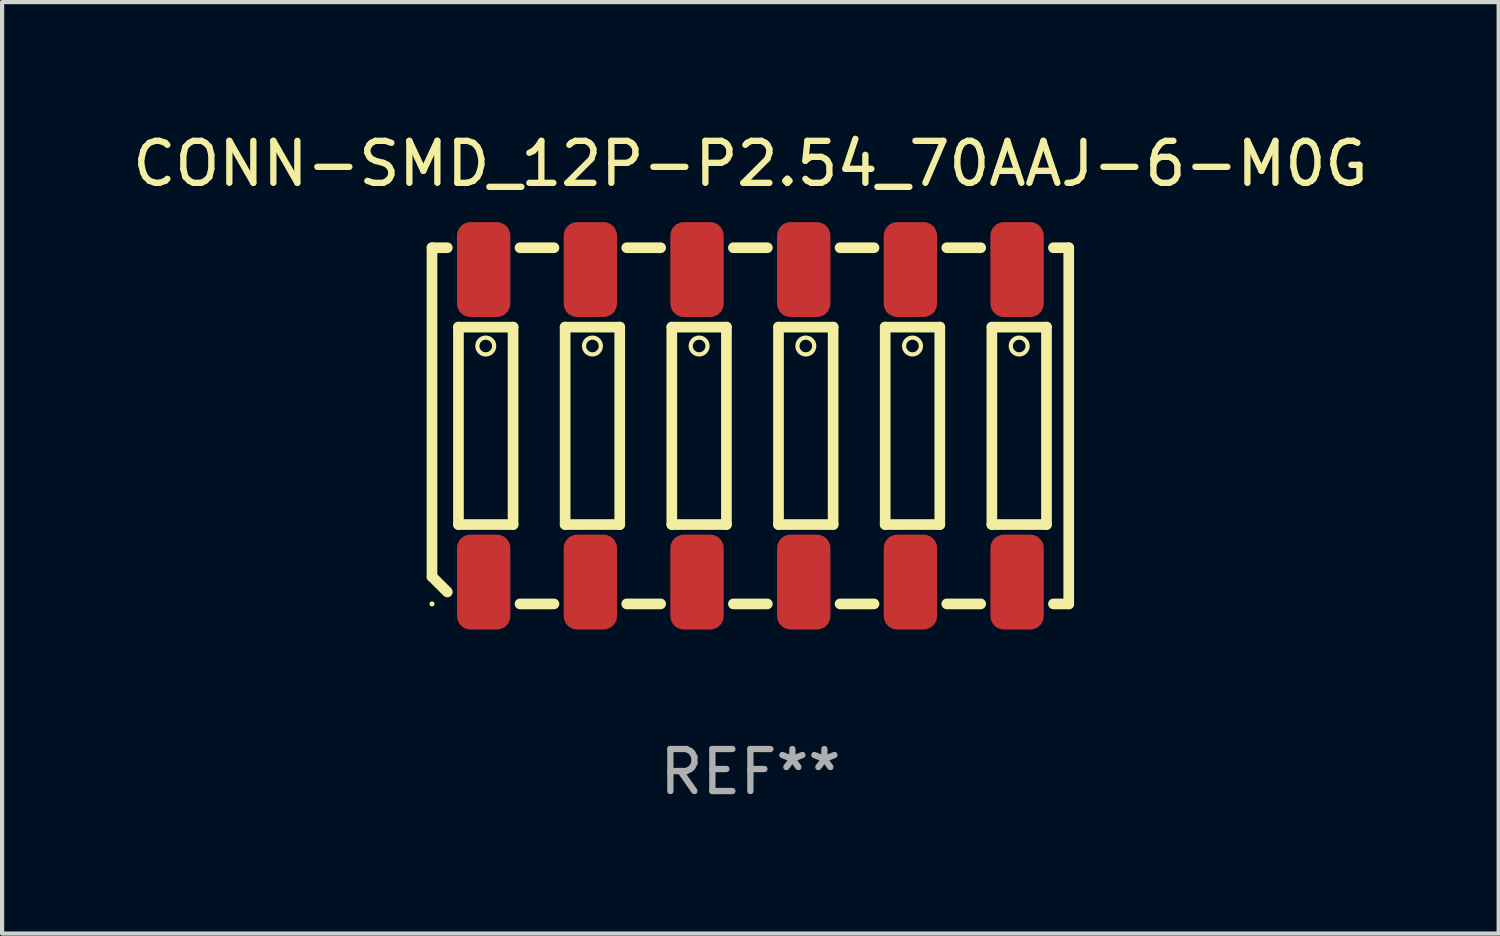
<source format=kicad_pcb>
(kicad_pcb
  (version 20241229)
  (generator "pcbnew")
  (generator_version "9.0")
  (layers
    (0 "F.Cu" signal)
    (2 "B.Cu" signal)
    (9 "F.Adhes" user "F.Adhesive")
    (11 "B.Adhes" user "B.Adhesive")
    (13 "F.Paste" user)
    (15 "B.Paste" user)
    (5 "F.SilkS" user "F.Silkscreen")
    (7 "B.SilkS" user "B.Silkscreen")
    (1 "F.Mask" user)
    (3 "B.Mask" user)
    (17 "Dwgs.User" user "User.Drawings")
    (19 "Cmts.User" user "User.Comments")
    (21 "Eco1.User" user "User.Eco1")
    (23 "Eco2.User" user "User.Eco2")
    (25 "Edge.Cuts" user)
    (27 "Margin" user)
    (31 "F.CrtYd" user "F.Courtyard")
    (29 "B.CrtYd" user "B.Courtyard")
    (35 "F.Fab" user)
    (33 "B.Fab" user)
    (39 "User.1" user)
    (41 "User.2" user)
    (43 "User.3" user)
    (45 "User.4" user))
  (footprint "CONN-SMD_12P-P2.54_70AAJ-6-M0G"
    (layer "F.Cu")
    (at 14.815 7.088)
    (property "Reference" "CONN-SMD_12P-P2.54_70AAJ-6-M0G" (at 0 -6.24 0) (layer "F.SilkS") (effects (font (size 1 1) (thickness 0.15))))
    (attr smd)
    (fp_line (start -7.58 -4.24) (end -7.216 -4.24) (stroke (width 0.254) (type solid)) (layer "F.SilkS"))
    (fp_line (start -7.58 3.59) (end -7.58 -4.24) (stroke (width 0.254) (type solid)) (layer "F.SilkS"))
    (fp_line (start -7.215 3.955) (end -7.58 3.59) (stroke (width 0.254) (type solid)) (layer "F.SilkS"))
    (fp_line (start -6.95 -2.35) (end -6.95 2.35) (stroke (width 0.254) (type solid)) (layer "F.SilkS"))
    (fp_line (start -6.95 2.35) (end -5.65 2.35) (stroke (width 0.254) (type solid)) (layer "F.SilkS"))
    (fp_line (start -5.65 -2.35) (end -6.95 -2.35) (stroke (width 0.254) (type solid)) (layer "F.SilkS"))
    (fp_line (start -5.65 2.35) (end -5.65 -2.35) (stroke (width 0.254) (type solid)) (layer "F.SilkS"))
    (fp_line (start -5.484 -4.24) (end -4.676 -4.24) (stroke (width 0.254) (type solid)) (layer "F.SilkS"))
    (fp_line (start -4.676 4.24) (end -5.484 4.24) (stroke (width 0.254) (type solid)) (layer "F.SilkS"))
    (fp_line (start -4.41 -2.35) (end -4.41 2.35) (stroke (width 0.254) (type solid)) (layer "F.SilkS"))
    (fp_line (start -4.41 2.35) (end -3.11 2.35) (stroke (width 0.254) (type solid)) (layer "F.SilkS"))
    (fp_line (start -3.11 -2.35) (end -4.41 -2.35) (stroke (width 0.254) (type solid)) (layer "F.SilkS"))
    (fp_line (start -3.11 2.35) (end -3.11 -2.35) (stroke (width 0.254) (type solid)) (layer "F.SilkS"))
    (fp_line (start -2.944 -4.24) (end -2.136 -4.24) (stroke (width 0.254) (type solid)) (layer "F.SilkS"))
    (fp_line (start -2.136 4.24) (end -2.944 4.24) (stroke (width 0.254) (type solid)) (layer "F.SilkS"))
    (fp_line (start -1.87 -2.35) (end -1.87 2.35) (stroke (width 0.254) (type solid)) (layer "F.SilkS"))
    (fp_line (start -1.87 2.35) (end -0.57 2.35) (stroke (width 0.254) (type solid)) (layer "F.SilkS"))
    (fp_line (start -0.57 -2.35) (end -1.87 -2.35) (stroke (width 0.254) (type solid)) (layer "F.SilkS"))
    (fp_line (start -0.57 2.35) (end -0.57 -2.35) (stroke (width 0.254) (type solid)) (layer "F.SilkS"))
    (fp_line (start -0.404 -4.24) (end 0.404 -4.24) (stroke (width 0.254) (type solid)) (layer "F.SilkS"))
    (fp_line (start 0.404 4.24) (end -0.404 4.24) (stroke (width 0.254) (type solid)) (layer "F.SilkS"))
    (fp_line (start 0.67 -2.35) (end 0.67 2.35) (stroke (width 0.254) (type solid)) (layer "F.SilkS"))
    (fp_line (start 0.67 2.35) (end 1.97 2.35) (stroke (width 0.254) (type solid)) (layer "F.SilkS"))
    (fp_line (start 1.97 -2.35) (end 0.67 -2.35) (stroke (width 0.254) (type solid)) (layer "F.SilkS"))
    (fp_line (start 1.97 2.35) (end 1.97 -2.35) (stroke (width 0.254) (type solid)) (layer "F.SilkS"))
    (fp_line (start 2.136 -4.24) (end 2.944 -4.24) (stroke (width 0.254) (type solid)) (layer "F.SilkS"))
    (fp_line (start 2.944 4.24) (end 2.136 4.24) (stroke (width 0.254) (type solid)) (layer "F.SilkS"))
    (fp_line (start 3.21 -2.35) (end 3.21 2.35) (stroke (width 0.254) (type solid)) (layer "F.SilkS"))
    (fp_line (start 3.21 2.35) (end 4.51 2.35) (stroke (width 0.254) (type solid)) (layer "F.SilkS"))
    (fp_line (start 4.51 -2.35) (end 3.21 -2.35) (stroke (width 0.254) (type solid)) (layer "F.SilkS"))
    (fp_line (start 4.51 2.35) (end 4.51 -2.35) (stroke (width 0.254) (type solid)) (layer "F.SilkS"))
    (fp_line (start 4.676 -4.24) (end 5.484 -4.24) (stroke (width 0.254) (type solid)) (layer "F.SilkS"))
    (fp_line (start 5.484 4.24) (end 4.676 4.24) (stroke (width 0.254) (type solid)) (layer "F.SilkS"))
    (fp_line (start 5.75 -2.35) (end 5.75 2.35) (stroke (width 0.254) (type solid)) (layer "F.SilkS"))
    (fp_line (start 5.75 2.35) (end 7.05 2.35) (stroke (width 0.254) (type solid)) (layer "F.SilkS"))
    (fp_line (start 7.05 -2.35) (end 5.75 -2.35) (stroke (width 0.254) (type solid)) (layer "F.SilkS"))
    (fp_line (start 7.05 2.35) (end 7.05 -2.35) (stroke (width 0.254) (type solid)) (layer "F.SilkS"))
    (fp_line (start 7.216 -4.24) (end 7.58 -4.24) (stroke (width 0.254) (type solid)) (layer "F.SilkS"))
    (fp_line (start 7.58 -4.24) (end 7.58 4.24) (stroke (width 0.254) (type solid)) (layer "F.SilkS"))
    (fp_line (start 7.58 4.24) (end 7.216 4.24) (stroke (width 0.254) (type solid)) (layer "F.SilkS"))
    (fp_circle (center -7.58 4.24) (end -7.55 4.24) (stroke (width 0.06) (type solid)) (fill no) (layer "F.SilkS"))
    (fp_circle (center -6.3 -1.9) (end -6.1 -1.9) (stroke (width 0.1) (type solid)) (fill no) (layer "F.SilkS"))
    (fp_circle (center -3.76 -1.9) (end -3.56 -1.9) (stroke (width 0.1) (type solid)) (fill no) (layer "F.SilkS"))
    (fp_circle (center -1.22 -1.9) (end -1.02 -1.9) (stroke (width 0.1) (type solid)) (fill no) (layer "F.SilkS"))
    (fp_circle (center 1.32 -1.9) (end 1.52 -1.9) (stroke (width 0.1) (type solid)) (fill no) (layer "F.SilkS"))
    (fp_circle (center 3.86 -1.9) (end 4.06 -1.9) (stroke (width 0.1) (type solid)) (fill no) (layer "F.SilkS"))
    (fp_circle (center 6.4 -1.9) (end 6.6 -1.9) (stroke (width 0.1) (type solid)) (fill no) (layer "F.SilkS"))
    (fp_text user "REF**" (at 0 8.24 0) (layer "F.Fab") (effects (font (size 1 1) (thickness 0.15))))
    (pad "1" smd roundrect (at -6.35 3.72) (size 1.27 2.26) (layers "F.Cu" "F.Mask" "F.Paste") (roundrect_rratio 0.25))
    (pad "2" smd roundrect (at -3.81 3.72) (size 1.27 2.26) (layers "F.Cu" "F.Mask" "F.Paste") (roundrect_rratio 0.25))
    (pad "3" smd roundrect (at -1.27 3.72) (size 1.27 2.26) (layers "F.Cu" "F.Mask" "F.Paste") (roundrect_rratio 0.25))
    (pad "4" smd roundrect (at 1.27 3.72) (size 1.27 2.26) (layers "F.Cu" "F.Mask" "F.Paste") (roundrect_rratio 0.25))
    (pad "5" smd roundrect (at 3.81 3.72) (size 1.27 2.26) (layers "F.Cu" "F.Mask" "F.Paste") (roundrect_rratio 0.25))
    (pad "6" smd roundrect (at 6.35 3.72) (size 1.27 2.26) (layers "F.Cu" "F.Mask" "F.Paste") (roundrect_rratio 0.25))
    (pad "7" smd roundrect (at 6.35 -3.72) (size 1.27 2.26) (layers "F.Cu" "F.Mask" "F.Paste") (roundrect_rratio 0.25))
    (pad "8" smd roundrect (at 3.81 -3.72) (size 1.27 2.26) (layers "F.Cu" "F.Mask" "F.Paste") (roundrect_rratio 0.25))
    (pad "9" smd roundrect (at 1.27 -3.72) (size 1.27 2.26) (layers "F.Cu" "F.Mask" "F.Paste") (roundrect_rratio 0.25))
    (pad "10" smd roundrect (at -1.27 -3.72) (size 1.27 2.26) (layers "F.Cu" "F.Mask" "F.Paste") (roundrect_rratio 0.25))
    (pad "11" smd roundrect (at -3.81 -3.72) (size 1.27 2.26) (layers "F.Cu" "F.Mask" "F.Paste") (roundrect_rratio 0.25))
    (pad "12" smd roundrect (at -6.35 -3.72) (size 1.27 2.26) (layers "F.Cu" "F.Mask" "F.Paste") (roundrect_rratio 0.25)))
  (gr_rect
    (start -3 -3)
    (end 32.631 19.177)
    (stroke (width 0.1) (type default))
    (fill no)
    (layer "Edge.Cuts")))
</source>
